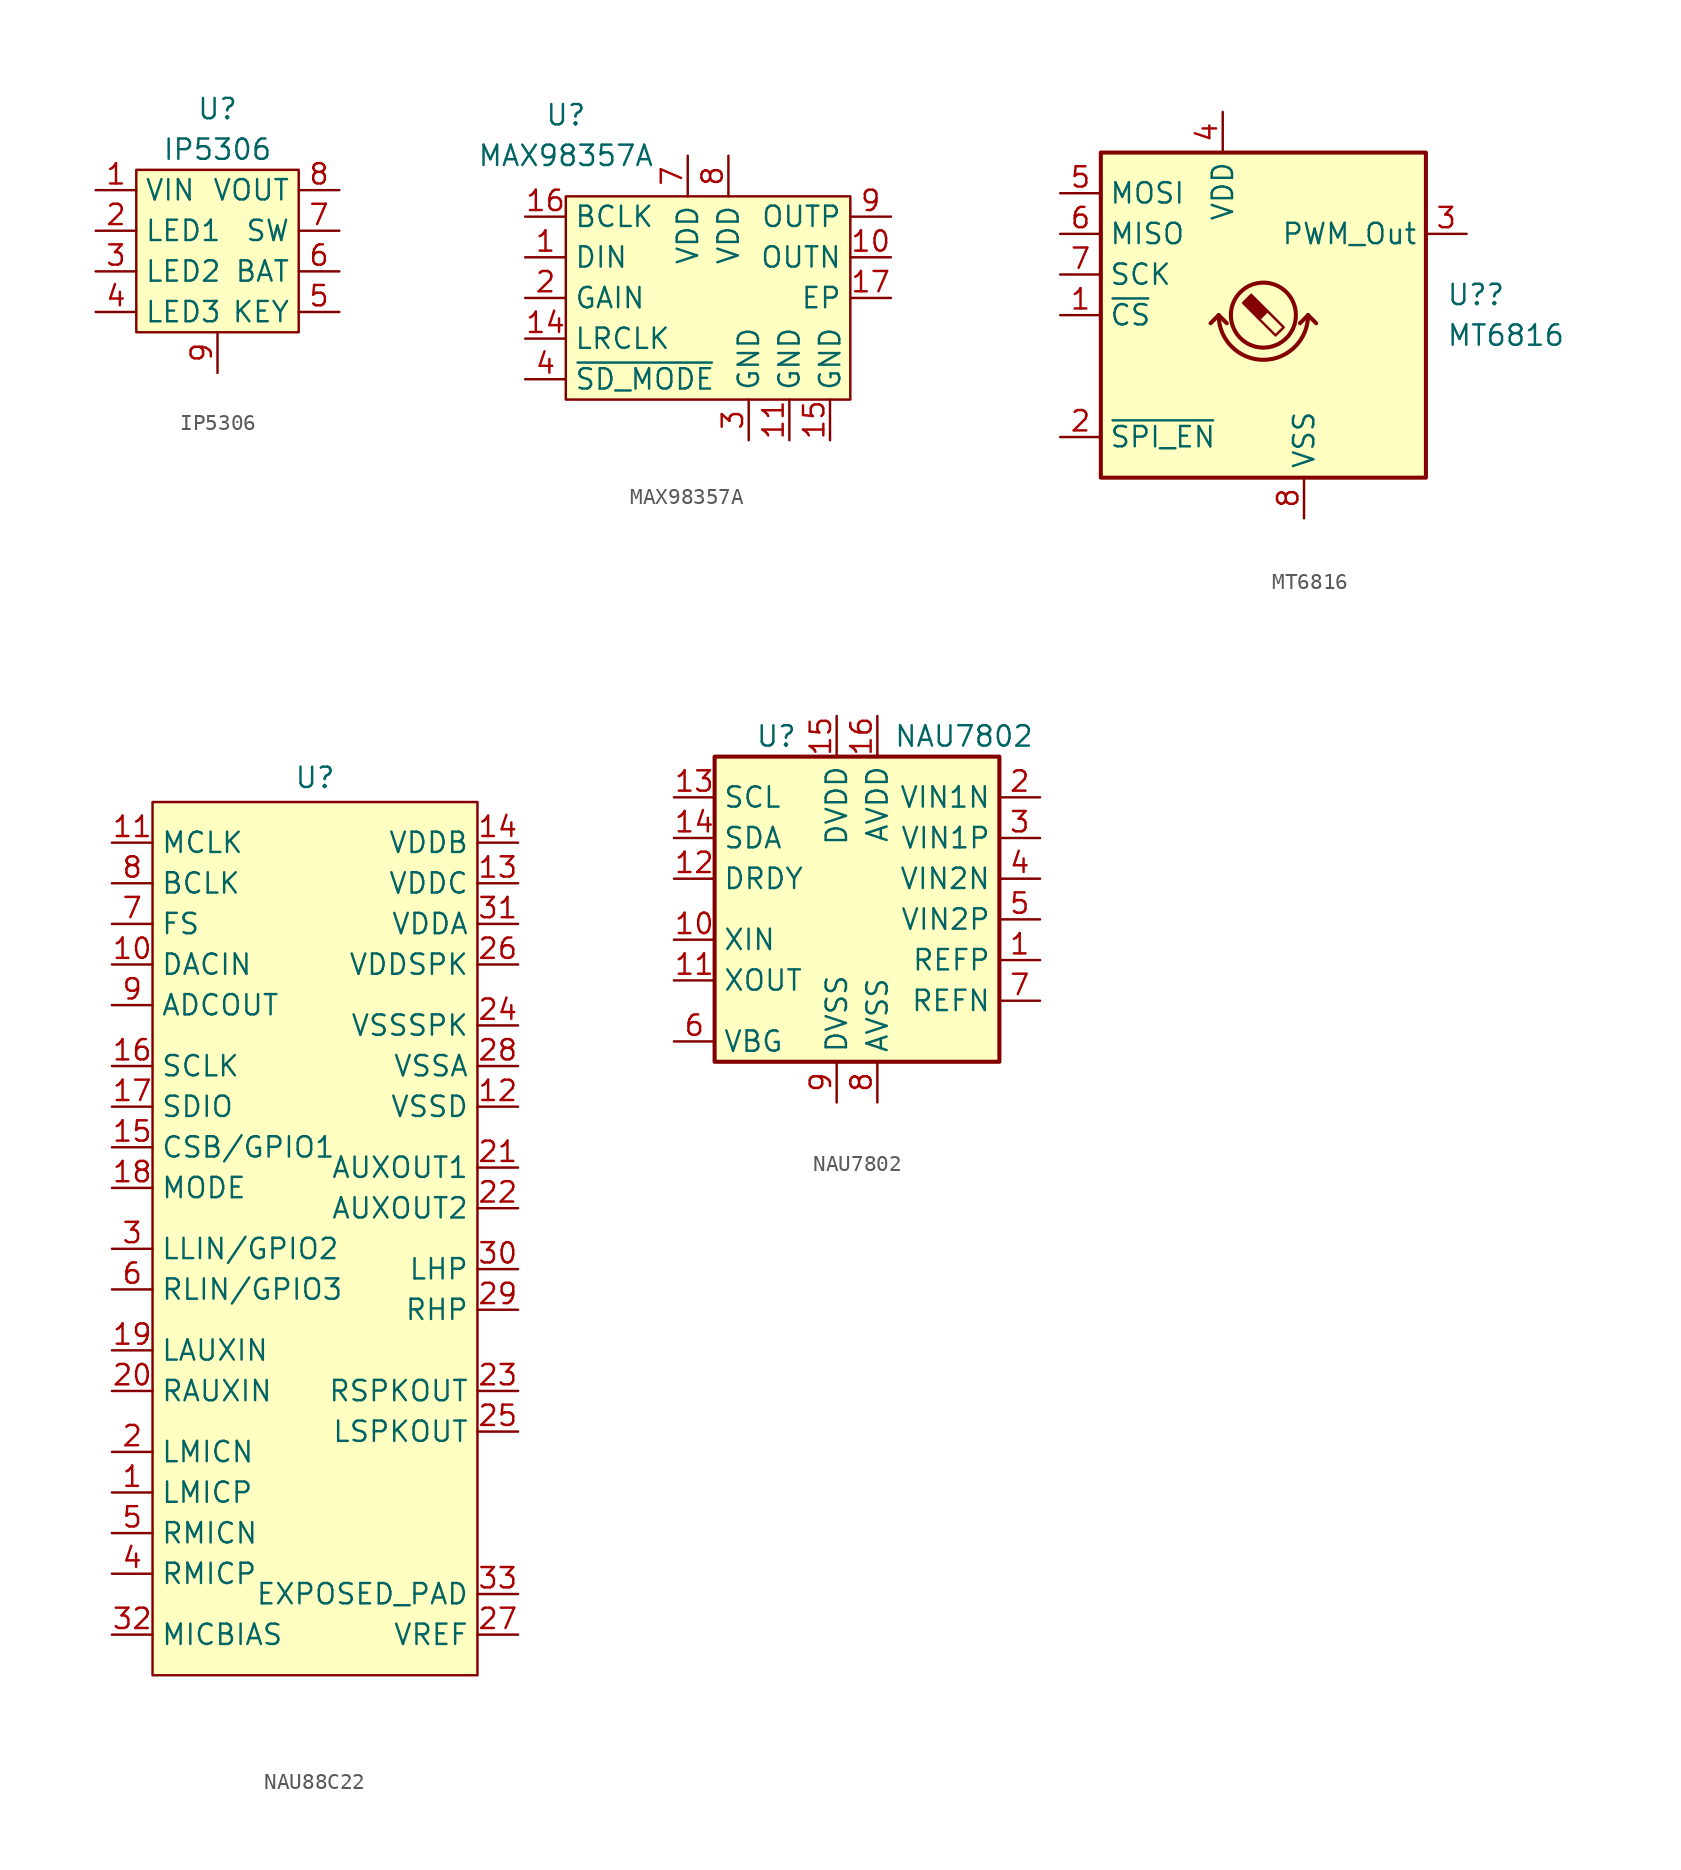
<source format=kicad_sym>
(kicad_symbol_lib
  (version 20241209)
  (generator "kicad_symbol_editor")
  (generator_version "9.0")
  (symbol "IP5306"
    (property "Reference" "U"
      (at 0 8.89 0)
      (effects (font (size 1.27 1.27))))
    (property "Value" "IP5306"
      (at 0 6.35 0)
      (effects (font (size 1.27 1.27))))
    (symbol "IP5306_0_1"
      (rectangle (start -5.08 5.08) (end 5.08 -5.08) (stroke (width 0) (type default)) (fill (type background))))
    (symbol "IP5306_1_1"
      (pin power_in line (at -7.62 3.81 0) (length 2.54) (name "VIN" (effects (font (size 1.27 1.27)))) (number "1" (effects (font (size 1.27 1.27)))))
      (pin output line (at -7.62 1.27 0) (length 2.54) (name "LED1" (effects (font (size 1.27 1.27)))) (number "2" (effects (font (size 1.27 1.27)))))
      (pin output line (at -7.62 -1.27 0) (length 2.54) (name "LED2" (effects (font (size 1.27 1.27)))) (number "3" (effects (font (size 1.27 1.27)))))
      (pin output line (at -7.62 -3.81 0) (length 2.54) (name "LED3" (effects (font (size 1.27 1.27)))) (number "4" (effects (font (size 1.27 1.27)))))
      (pin passive line (at 0 -7.62 90) (length 2.54) (name "" (effects (font (size 1.27 1.27)))) (number "9" (effects (font (size 1.27 1.27)))))
      (pin power_out line (at 7.62 3.81 180) (length 2.54) (name "VOUT" (effects (font (size 1.27 1.27)))) (number "8" (effects (font (size 1.27 1.27)))))
      (pin output line (at 7.62 1.27 180) (length 2.54) (name "SW" (effects (font (size 1.27 1.27)))) (number "7" (effects (font (size 1.27 1.27)))))
      (pin input line (at 7.62 -1.27 180) (length 2.54) (name "BAT" (effects (font (size 1.27 1.27)))) (number "6" (effects (font (size 1.27 1.27)))))
      (pin bidirectional line (at 7.62 -3.81 180) (length 2.54) (name "KEY" (effects (font (size 1.27 1.27)))) (number "5" (effects (font (size 1.27 1.27)))))))
  (symbol "MAX98357A"
    (property "Reference" "U"
      (at -8.89 11.43 0)
      (effects (font (size 1.27 1.27))))
    (property "Value" "MAX98357A"
      (at -8.89 8.89 0)
      (effects (font (size 1.27 1.27))))
    (symbol "MAX98357A_0_1"
      (rectangle (start -8.89 6.35) (end 8.89 -6.35) (stroke (width 0) (type default)) (fill (type background))))
    (symbol "MAX98357A_1_1"
      (pin input line (at -11.43 5.08 0) (length 2.54) (name "BCLK" (effects (font (size 1.27 1.27)))) (number "16" (effects (font (size 1.27 1.27)))))
      (pin input line (at -11.43 2.54 0) (length 2.54) (name "DIN" (effects (font (size 1.27 1.27)))) (number "1" (effects (font (size 1.27 1.27)))))
      (pin input line (at -11.43 0 0) (length 2.54) (name "GAIN" (effects (font (size 1.27 1.27)))) (number "2" (effects (font (size 1.27 1.27)))))
      (pin input line (at -11.43 -2.54 0) (length 2.54) (name "LRCLK" (effects (font (size 1.27 1.27)))) (number "14" (effects (font (size 1.27 1.27)))))
      (pin input line (at -11.43 -5.08 0) (length 2.54) (name "~{SD_MODE}" (effects (font (size 1.27 1.27)))) (number "4" (effects (font (size 1.27 1.27)))))
      (pin power_in line (at -1.27 8.89 270) (length 2.54) (name "VDD" (effects (font (size 1.27 1.27)))) (number "7" (effects (font (size 1.27 1.27)))))
      (pin power_in line (at 1.27 8.89 270) (length 2.54) (name "VDD" (effects (font (size 1.27 1.27)))) (number "8" (effects (font (size 1.27 1.27)))))
      (pin power_in line (at 2.54 -8.89 90) (length 2.54) (name "GND" (effects (font (size 1.27 1.27)))) (number "3" (effects (font (size 1.27 1.27)))))
      (pin power_in line (at 5.08 -8.89 90) (length 2.54) (name "GND" (effects (font (size 1.27 1.27)))) (number "11" (effects (font (size 1.27 1.27)))))
      (pin power_in line (at 7.62 -8.89 90) (length 2.54) (name "GND" (effects (font (size 1.27 1.27)))) (number "15" (effects (font (size 1.27 1.27)))))
      (pin output line (at 11.43 5.08 180) (length 2.54) (name "OUTP" (effects (font (size 1.27 1.27)))) (number "9" (effects (font (size 1.27 1.27)))))
      (pin output line (at 11.43 2.54 180) (length 2.54) (name "OUTN" (effects (font (size 1.27 1.27)))) (number "10" (effects (font (size 1.27 1.27)))))
      (pin passive line (at 11.43 0 180) (length 2.54) (name "EP" (effects (font (size 1.27 1.27)))) (number "17" (effects (font (size 1.27 1.27)))))))
  (symbol "MT6816"
    (property "Reference" "U?"
      (at 11.43 1.27 0)
      (effects (font (size 1.27 1.27)) (justify left)))
    (property "Value" "MT6816"
      (at 11.43 -1.27 0)
      (effects (font (size 1.27 1.27)) (justify left)))
    (symbol "MT6816_0_1"
      (rectangle (start -10.16 10.16) (end 10.16 -10.16) (stroke (width 0.254) (type default)) (fill (type background)))
      (polyline (pts (xy -2.794 0) (xy -3.302 -0.508)) (stroke (width 0.254) (type default)) (fill (type none)))
      (polyline (pts (xy -2.794 0) (xy -2.286 -0.508)) (stroke (width 0.254) (type default)) (fill (type none)))
      (arc (start 2.794 0) (mid 0 -2.7819) (end -2.794 0) (stroke (width 0.254) (type default)) (fill (type none)))
      (polyline (pts (xy 2.794 0) (xy 2.286 -0.508)) (stroke (width 0.254) (type default)) (fill (type none)))
      (polyline (pts (xy 2.794 0) (xy 3.302 -0.508)) (stroke (width 0.254) (type default)) (fill (type none))))
    (symbol "MT6816_1_1"
      (polyline (pts (xy -0.762 1.27) (xy 0.254 0.254) (xy -0.254 -0.254) (xy -1.27 0.762) (xy -1.016 1.016) (xy -0.762 1.27) (xy -0.635 1.143)) (stroke (width 0) (type default)) (fill (type outline)))
      (circle (center 0 0) (radius 2.032) (stroke (width 0.254) (type default)) (fill (type none)))
      (polyline (pts (xy 0.254 0.254) (xy 1.27 -0.762) (xy 0.762 -1.27) (xy -0.254 -0.254)) (stroke (width 0) (type default)) (fill (type none)))
      (pin input line (at -12.7 7.62 0) (length 2.54) (name "MOSI" (effects (font (size 1.27 1.27)))) (number "5" (effects (font (size 1.27 1.27)))))
      (pin output line (at -12.7 5.08 0) (length 2.54) (name "MISO" (effects (font (size 1.27 1.27)))) (number "6" (effects (font (size 1.27 1.27)))))
      (pin input line (at -12.7 2.54 0) (length 2.54) (name "SCK" (effects (font (size 1.27 1.27)))) (number "7" (effects (font (size 1.27 1.27)))))
      (pin input line (at -12.7 0 0) (length 2.54) (name "~{CS}" (effects (font (size 1.27 1.27)))) (number "1" (effects (font (size 1.27 1.27)))))
      (pin input line (at -12.7 -7.62 0) (length 2.54) (name "~{SPI_EN}" (effects (font (size 1.27 1.27)))) (number "2" (effects (font (size 1.27 1.27)))))
      (pin power_in line (at -2.54 12.7 270) (length 2.54) (name "VDD" (effects (font (size 1.27 1.27)))) (number "4" (effects (font (size 1.27 1.27)))))
      (pin power_in line (at 2.54 -12.7 90) (length 2.54) (name "VSS" (effects (font (size 1.27 1.27)))) (number "8" (effects (font (size 1.27 1.27)))))
      (pin output line (at 12.7 5.08 180) (length 2.54) (name "PWM_Out" (effects (font (size 1.27 1.27)))) (number "3" (effects (font (size 1.27 1.27)))))))
  (symbol "NAU88C22"
    (property "Reference" "U"
      (at 0 29.464 0)
      (effects (font (size 1.27 1.27))))
    (property "Value" ""
      (at -2.54 12.7 0)
      (effects (font (size 1.27 1.27))))
    (symbol "NAU88C22_1_1"
      (rectangle (start -10.16 27.94) (end 10.16 -26.67) (stroke (width 0) (type default)) (fill (type background)))
      (pin input line (at -12.7 25.4 0) (length 2.54) (name "MCLK" (effects (font (size 1.27 1.27)))) (number "11" (effects (font (size 1.27 1.27)))))
      (pin bidirectional line (at -12.7 22.86 0) (length 2.54) (name "BCLK" (effects (font (size 1.27 1.27)))) (number "8" (effects (font (size 1.27 1.27)))))
      (pin bidirectional line (at -12.7 20.32 0) (length 2.54) (name "FS" (effects (font (size 1.27 1.27)))) (number "7" (effects (font (size 1.27 1.27)))))
      (pin input line (at -12.7 17.78 0) (length 2.54) (name "DACIN" (effects (font (size 1.27 1.27)))) (number "10" (effects (font (size 1.27 1.27)))))
      (pin output line (at -12.7 15.24 0) (length 2.54) (name "ADCOUT" (effects (font (size 1.27 1.27)))) (number "9" (effects (font (size 1.27 1.27)))))
      (pin input line (at -12.7 11.43 0) (length 2.54) (name "SCLK" (effects (font (size 1.27 1.27)))) (number "16" (effects (font (size 1.27 1.27)))))
      (pin input line (at -12.7 8.89 0) (length 2.54) (name "SDIO" (effects (font (size 1.27 1.27)))) (number "17" (effects (font (size 1.27 1.27)))))
      (pin bidirectional line (at -12.7 6.35 0) (length 2.54) (name "CSB/GPIO1" (effects (font (size 1.27 1.27)))) (number "15" (effects (font (size 1.27 1.27)))))
      (pin input line (at -12.7 3.81 0) (length 2.54) (name "MODE" (effects (font (size 1.27 1.27)))) (number "18" (effects (font (size 1.27 1.27)))))
      (pin bidirectional line (at -12.7 0 0) (length 2.54) (name "LLIN/GPIO2" (effects (font (size 1.27 1.27)))) (number "3" (effects (font (size 1.27 1.27)))))
      (pin bidirectional line (at -12.7 -2.54 0) (length 2.54) (name "RLIN/GPIO3" (effects (font (size 1.27 1.27)))) (number "6" (effects (font (size 1.27 1.27)))))
      (pin input line (at -12.7 -6.35 0) (length 2.54) (name "LAUXIN" (effects (font (size 1.27 1.27)))) (number "19" (effects (font (size 1.27 1.27)))))
      (pin input line (at -12.7 -8.89 0) (length 2.54) (name "RAUXIN" (effects (font (size 1.27 1.27)))) (number "20" (effects (font (size 1.27 1.27)))))
      (pin input line (at -12.7 -12.7 0) (length 2.54) (name "LMICN" (effects (font (size 1.27 1.27)))) (number "2" (effects (font (size 1.27 1.27)))))
      (pin input line (at -12.7 -15.24 0) (length 2.54) (name "LMICP" (effects (font (size 1.27 1.27)))) (number "1" (effects (font (size 1.27 1.27)))))
      (pin input line (at -12.7 -17.78 0) (length 2.54) (name "RMICN" (effects (font (size 1.27 1.27)))) (number "5" (effects (font (size 1.27 1.27)))))
      (pin input line (at -12.7 -20.32 0) (length 2.54) (name "RMICP" (effects (font (size 1.27 1.27)))) (number "4" (effects (font (size 1.27 1.27)))))
      (pin input line (at -12.7 -24.13 0) (length 2.54) (name "MICBIAS" (effects (font (size 1.27 1.27)))) (number "32" (effects (font (size 1.27 1.27)))))
      (pin power_in line (at 12.7 25.4 180) (length 2.54) (name "VDDB" (effects (font (size 1.27 1.27)))) (number "14" (effects (font (size 1.27 1.27)))))
      (pin power_in line (at 12.7 22.86 180) (length 2.54) (name "VDDC" (effects (font (size 1.27 1.27)))) (number "13" (effects (font (size 1.27 1.27)))))
      (pin power_in line (at 12.7 20.32 180) (length 2.54) (name "VDDA" (effects (font (size 1.27 1.27)))) (number "31" (effects (font (size 1.27 1.27)))))
      (pin power_in line (at 12.7 17.78 180) (length 2.54) (name "VDDSPK" (effects (font (size 1.27 1.27)))) (number "26" (effects (font (size 1.27 1.27)))))
      (pin power_in line (at 12.7 13.97 180) (length 2.54) (name "VSSSPK" (effects (font (size 1.27 1.27)))) (number "24" (effects (font (size 1.27 1.27)))))
      (pin power_in line (at 12.7 11.43 180) (length 2.54) (name "VSSA" (effects (font (size 1.27 1.27)))) (number "28" (effects (font (size 1.27 1.27)))))
      (pin power_in line (at 12.7 8.89 180) (length 2.54) (name "VSSD" (effects (font (size 1.27 1.27)))) (number "12" (effects (font (size 1.27 1.27)))))
      (pin output line (at 12.7 5.08 180) (length 2.54) (name "AUXOUT1" (effects (font (size 1.27 1.27)))) (number "21" (effects (font (size 1.27 1.27)))))
      (pin output line (at 12.7 2.54 180) (length 2.54) (name "AUXOUT2" (effects (font (size 1.27 1.27)))) (number "22" (effects (font (size 1.27 1.27)))))
      (pin output line (at 12.7 -1.27 180) (length 2.54) (name "LHP" (effects (font (size 1.27 1.27)))) (number "30" (effects (font (size 1.27 1.27)))))
      (pin output line (at 12.7 -3.81 180) (length 2.54) (name "RHP" (effects (font (size 1.27 1.27)))) (number "29" (effects (font (size 1.27 1.27)))))
      (pin output line (at 12.7 -8.89 180) (length 2.54) (name "RSPKOUT" (effects (font (size 1.27 1.27)))) (number "23" (effects (font (size 1.27 1.27)))))
      (pin output line (at 12.7 -11.43 180) (length 2.54) (name "LSPKOUT" (effects (font (size 1.27 1.27)))) (number "25" (effects (font (size 1.27 1.27)))))
      (pin passive line (at 12.7 -21.59 180) (length 2.54) (name "EXPOSED_PAD" (effects (font (size 1.27 1.27)))) (number "33" (effects (font (size 1.27 1.27)))))
      (pin power_out line (at 12.7 -24.13 180) (length 2.54) (name "VREF" (effects (font (size 1.27 1.27)))) (number "27" (effects (font (size 1.27 1.27)))))))
  (symbol "NAU7802"
    (property "Reference" "U"
      (at -6.35 10.16 0)
      (effects (font (size 1.27 1.27)) (justify left)))
    (property "Value" "NAU7802"
      (at 2.286 10.16 0)
      (effects (font (size 1.27 1.27)) (justify left)))
    (symbol "NAU7802_0_1"
      (rectangle (start -8.89 8.89) (end 8.89 -10.16) (stroke (width 0.254) (type default)) (fill (type background))))
    (symbol "NAU7802_1_1"
      (pin input line (at -11.43 6.35 0) (length 2.54) (name "SCL" (effects (font (size 1.27 1.27)))) (number "13" (effects (font (size 1.27 1.27)))))
      (pin bidirectional line (at -11.43 3.81 0) (length 2.54) (name "SDA" (effects (font (size 1.27 1.27)))) (number "14" (effects (font (size 1.27 1.27)))))
      (pin output line (at -11.43 1.27 0) (length 2.54) (name "DRDY" (effects (font (size 1.27 1.27)))) (number "12" (effects (font (size 1.27 1.27)))))
      (pin input line (at -11.43 -2.54 0) (length 2.54) (name "XIN" (effects (font (size 1.27 1.27)))) (number "10" (effects (font (size 1.27 1.27)))))
      (pin input line (at -11.43 -5.08 0) (length 2.54) (name "XOUT" (effects (font (size 1.27 1.27)))) (number "11" (effects (font (size 1.27 1.27)))))
      (pin passive line (at -11.43 -8.89 0) (length 2.54) (name "VBG" (effects (font (size 1.27 1.27)))) (number "6" (effects (font (size 1.27 1.27)))))
      (pin power_in line (at -1.27 11.43 270) (length 2.54) (name "DVDD" (effects (font (size 1.27 1.27)))) (number "15" (effects (font (size 1.27 1.27)))))
      (pin power_in line (at -1.27 -12.7 90) (length 2.54) (name "DVSS" (effects (font (size 1.27 1.27)))) (number "9" (effects (font (size 1.27 1.27)))))
      (pin power_in line (at 1.27 11.43 270) (length 2.54) (name "AVDD" (effects (font (size 1.27 1.27)))) (number "16" (effects (font (size 1.27 1.27)))))
      (pin power_in line (at 1.27 -12.7 90) (length 2.54) (name "AVSS" (effects (font (size 1.27 1.27)))) (number "8" (effects (font (size 1.27 1.27)))))
      (pin input line (at 11.43 6.35 180) (length 2.54) (name "VIN1N" (effects (font (size 1.27 1.27)))) (number "2" (effects (font (size 1.27 1.27)))))
      (pin input line (at 11.43 3.81 180) (length 2.54) (name "VIN1P" (effects (font (size 1.27 1.27)))) (number "3" (effects (font (size 1.27 1.27)))))
      (pin input line (at 11.43 1.27 180) (length 2.54) (name "VIN2N" (effects (font (size 1.27 1.27)))) (number "4" (effects (font (size 1.27 1.27)))))
      (pin input line (at 11.43 -1.27 180) (length 2.54) (name "VIN2P" (effects (font (size 1.27 1.27)))) (number "5" (effects (font (size 1.27 1.27)))))
      (pin input line (at 11.43 -3.81 180) (length 2.54) (name "REFP" (effects (font (size 1.27 1.27)))) (number "1" (effects (font (size 1.27 1.27)))))
      (pin input line (at 11.43 -6.35 180) (length 2.54) (name "REFN" (effects (font (size 1.27 1.27)))) (number "7" (effects (font (size 1.27 1.27))))))))
</source>
